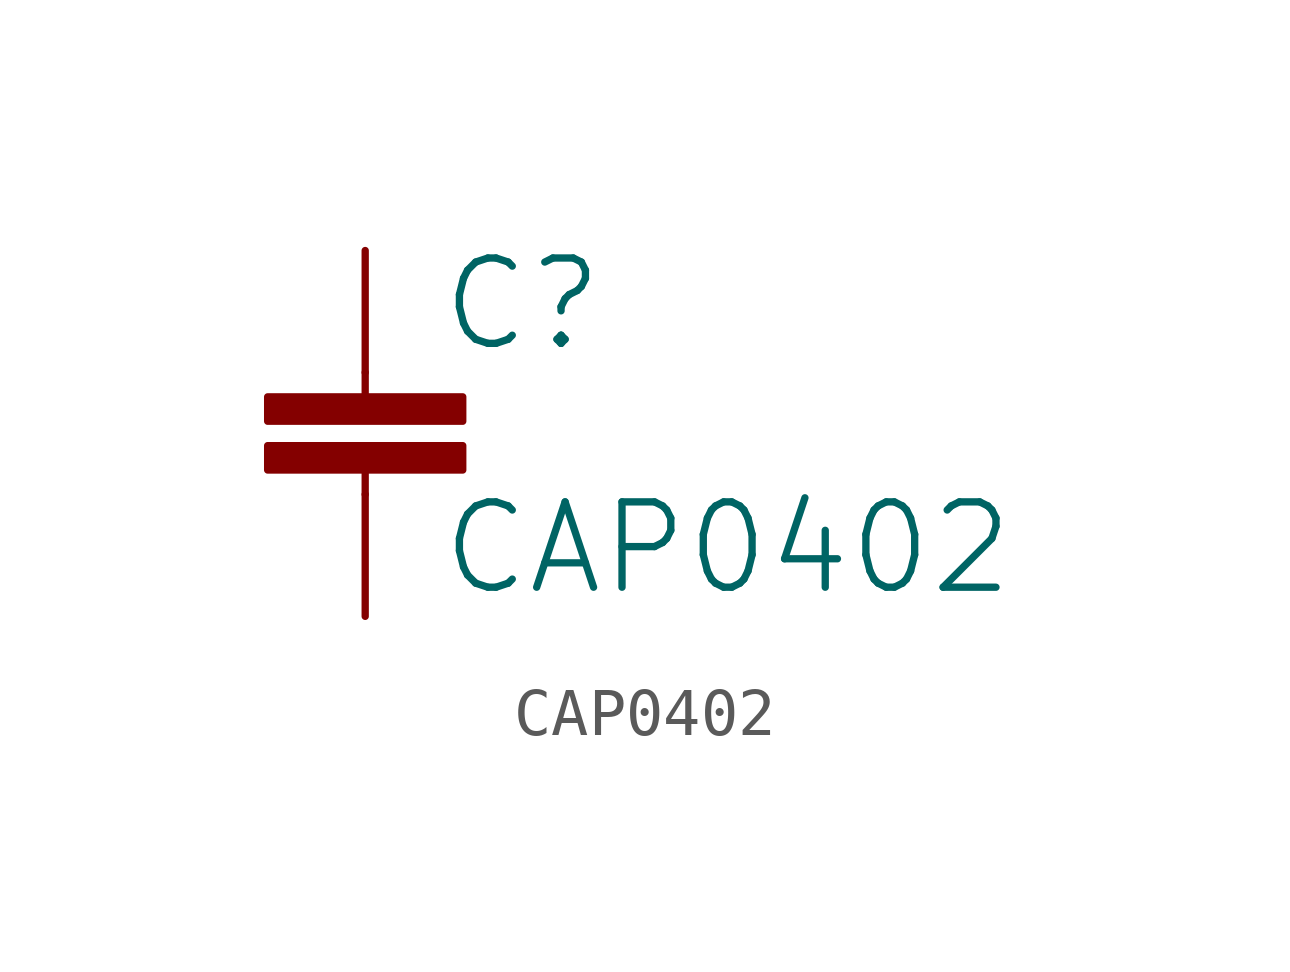
<source format=kicad_sym>
(kicad_symbol_lib
  (version 20211014)
  (generator kicad_symbol_editor)
  (symbol "CAP0402"
    (property "Reference" "C"
      (at 1.524 1.651 0)
      (effects (font (size 1.778 1.778)) (justify left bottom)))
    (property "Value" "CAP0402"
      (at 1.524 -3.429 0)
      (effects (font (size 1.778 1.778)) (justify left bottom)))
    (property "ki_locked" ""
      (at 0 0 0)
      (effects (font (size 1.27 1.27))))
    (symbol "CAP0402_1_0"
      (rectangle (start -2.032 -0.762) (end 2.032 -0.254) (stroke (width 0) (type default) (color 0 0 0 0)) (fill (type outline)))
      (rectangle (start -2.032 0.254) (end 2.032 0.762) (stroke (width 0) (type default) (color 0 0 0 0)) (fill (type outline)))
      (polyline (pts (xy 0 -1.27) (xy 0 -0.762)) (stroke (width 0.152) (type default) (color 0 0 0 0)) (fill (type none)))
      (polyline (pts (xy 0 1.27) (xy 0 0.762)) (stroke (width 0.152) (type default) (color 0 0 0 0)) (fill (type none)))
      (pin passive line (at 0 3.81 270) (length 2.54) (name "1" (effects (font (size 0 0)))) (number "1" (effects (font (size 0 0)))))
      (pin passive line (at 0 -3.81 90) (length 2.54) (name "2" (effects (font (size 0 0)))) (number "2" (effects (font (size 0 0))))))))
</source>
